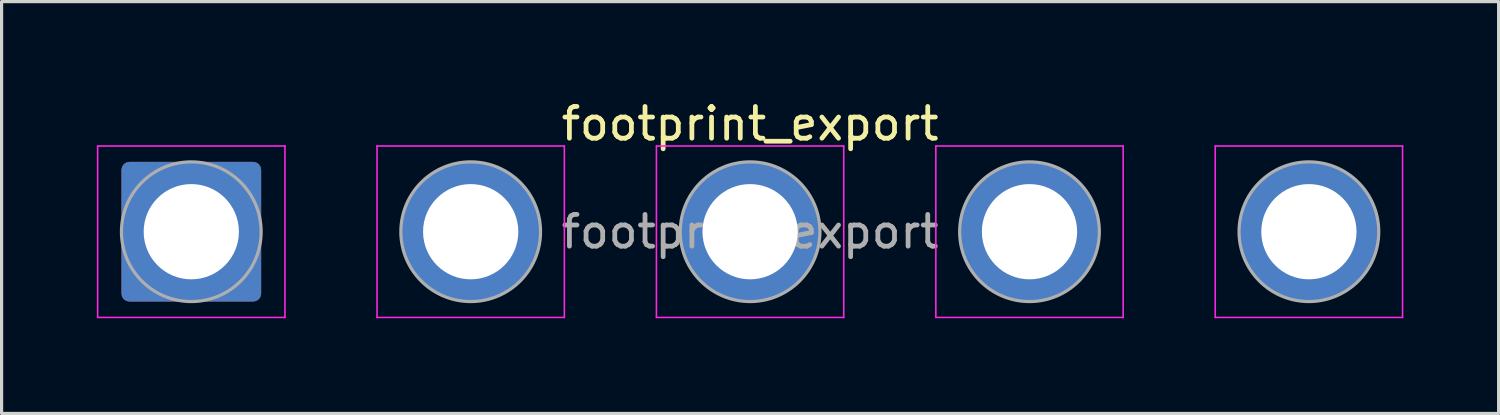
<source format=kicad_pcb>
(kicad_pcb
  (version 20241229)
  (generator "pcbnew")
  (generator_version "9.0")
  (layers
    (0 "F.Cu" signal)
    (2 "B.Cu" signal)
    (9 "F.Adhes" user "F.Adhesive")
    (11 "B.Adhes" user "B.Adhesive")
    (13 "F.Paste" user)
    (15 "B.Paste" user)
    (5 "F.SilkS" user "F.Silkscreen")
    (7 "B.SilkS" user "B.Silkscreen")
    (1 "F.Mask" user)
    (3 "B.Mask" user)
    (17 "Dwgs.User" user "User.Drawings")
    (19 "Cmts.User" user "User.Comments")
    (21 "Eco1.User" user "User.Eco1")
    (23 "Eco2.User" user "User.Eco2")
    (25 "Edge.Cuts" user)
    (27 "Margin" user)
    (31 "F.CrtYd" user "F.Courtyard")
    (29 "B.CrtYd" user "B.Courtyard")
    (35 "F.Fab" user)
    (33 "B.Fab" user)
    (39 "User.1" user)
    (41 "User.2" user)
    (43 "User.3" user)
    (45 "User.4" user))
  (footprint "footprint_export"
    (layer "F.Cu")
    (at 2.975 4.248)
    (property "Reference" "footprint_export" (at 17.6 -3.4 0) (layer "F.SilkS") (effects (font (size 1 1) (thickness 0.15))))
    (attr exclude_from_pos_files exclude_from_bom)
    (fp_line (start -2.95 -2.7) (end -2.95 2.7) (stroke (width 0.05) (type solid)) (layer "F.CrtYd"))
    (fp_line (start -2.95 2.7) (end 2.95 2.7) (stroke (width 0.05) (type solid)) (layer "F.CrtYd"))
    (fp_line (start 2.95 -2.7) (end -2.95 -2.7) (stroke (width 0.05) (type solid)) (layer "F.CrtYd"))
    (fp_line (start 2.95 2.7) (end 2.95 -2.7) (stroke (width 0.05) (type solid)) (layer "F.CrtYd"))
    (fp_line (start 5.85 -2.7) (end 5.85 2.7) (stroke (width 0.05) (type solid)) (layer "F.CrtYd"))
    (fp_line (start 5.85 2.7) (end 11.75 2.7) (stroke (width 0.05) (type solid)) (layer "F.CrtYd"))
    (fp_line (start 11.75 -2.7) (end 5.85 -2.7) (stroke (width 0.05) (type solid)) (layer "F.CrtYd"))
    (fp_line (start 11.75 2.7) (end 11.75 -2.7) (stroke (width 0.05) (type solid)) (layer "F.CrtYd"))
    (fp_line (start 14.65 -2.7) (end 14.65 2.7) (stroke (width 0.05) (type solid)) (layer "F.CrtYd"))
    (fp_line (start 14.65 2.7) (end 20.55 2.7) (stroke (width 0.05) (type solid)) (layer "F.CrtYd"))
    (fp_line (start 20.55 -2.7) (end 14.65 -2.7) (stroke (width 0.05) (type solid)) (layer "F.CrtYd"))
    (fp_line (start 20.55 2.7) (end 20.55 -2.7) (stroke (width 0.05) (type solid)) (layer "F.CrtYd"))
    (fp_line (start 23.45 -2.7) (end 23.45 2.7) (stroke (width 0.05) (type solid)) (layer "F.CrtYd"))
    (fp_line (start 23.45 2.7) (end 29.35 2.7) (stroke (width 0.05) (type solid)) (layer "F.CrtYd"))
    (fp_line (start 29.35 -2.7) (end 23.45 -2.7) (stroke (width 0.05) (type solid)) (layer "F.CrtYd"))
    (fp_line (start 29.35 2.7) (end 29.35 -2.7) (stroke (width 0.05) (type solid)) (layer "F.CrtYd"))
    (fp_line (start 32.25 -2.7) (end 32.25 2.7) (stroke (width 0.05) (type solid)) (layer "F.CrtYd"))
    (fp_line (start 32.25 2.7) (end 38.15 2.7) (stroke (width 0.05) (type solid)) (layer "F.CrtYd"))
    (fp_line (start 38.15 -2.7) (end 32.25 -2.7) (stroke (width 0.05) (type solid)) (layer "F.CrtYd"))
    (fp_line (start 38.15 2.7) (end 38.15 -2.7) (stroke (width 0.05) (type solid)) (layer "F.CrtYd"))
    (fp_circle (center 0 0) (end 2.2 0) (stroke (width 0.1) (type solid)) (fill no) (layer "F.Fab"))
    (fp_circle (center 8.8 0) (end 11 0) (stroke (width 0.1) (type solid)) (fill no) (layer "F.Fab"))
    (fp_circle (center 17.6 0) (end 19.8 0) (stroke (width 0.1) (type solid)) (fill no) (layer "F.Fab"))
    (fp_circle (center 26.4 0) (end 28.6 0) (stroke (width 0.1) (type solid)) (fill no) (layer "F.Fab"))
    (fp_circle (center 35.2 0) (end 37.4 0) (stroke (width 0.1) (type solid)) (fill no) (layer "F.Fab"))
    (fp_text user "${REFERENCE}" (at 17.6 0 0) (layer "F.Fab") (effects (font (size 1 1) (thickness 0.15))))
    (pad "1" thru_hole roundrect (at 0 0) (size 4.4 4.4) (drill 3) (layers "*.Cu" "*.Mask") (roundrect_rratio 0.057))
    (pad "2" thru_hole circle (at 8.8 0) (size 4.4 4.4) (drill 3) (layers "*.Cu" "*.Mask"))
    (pad "3" thru_hole circle (at 17.6 0) (size 4.4 4.4) (drill 3) (layers "*.Cu" "*.Mask"))
    (pad "4" thru_hole circle (at 26.4 0) (size 4.4 4.4) (drill 3) (layers "*.Cu" "*.Mask"))
    (pad "5" thru_hole circle (at 35.2 0) (size 4.4 4.4) (drill 3) (layers "*.Cu" "*.Mask")))
  (gr_rect
    (start -3 -3)
    (end 44.15 9.973)
    (stroke (width 0.1) (type default))
    (fill no)
    (layer "Edge.Cuts")))
</source>
